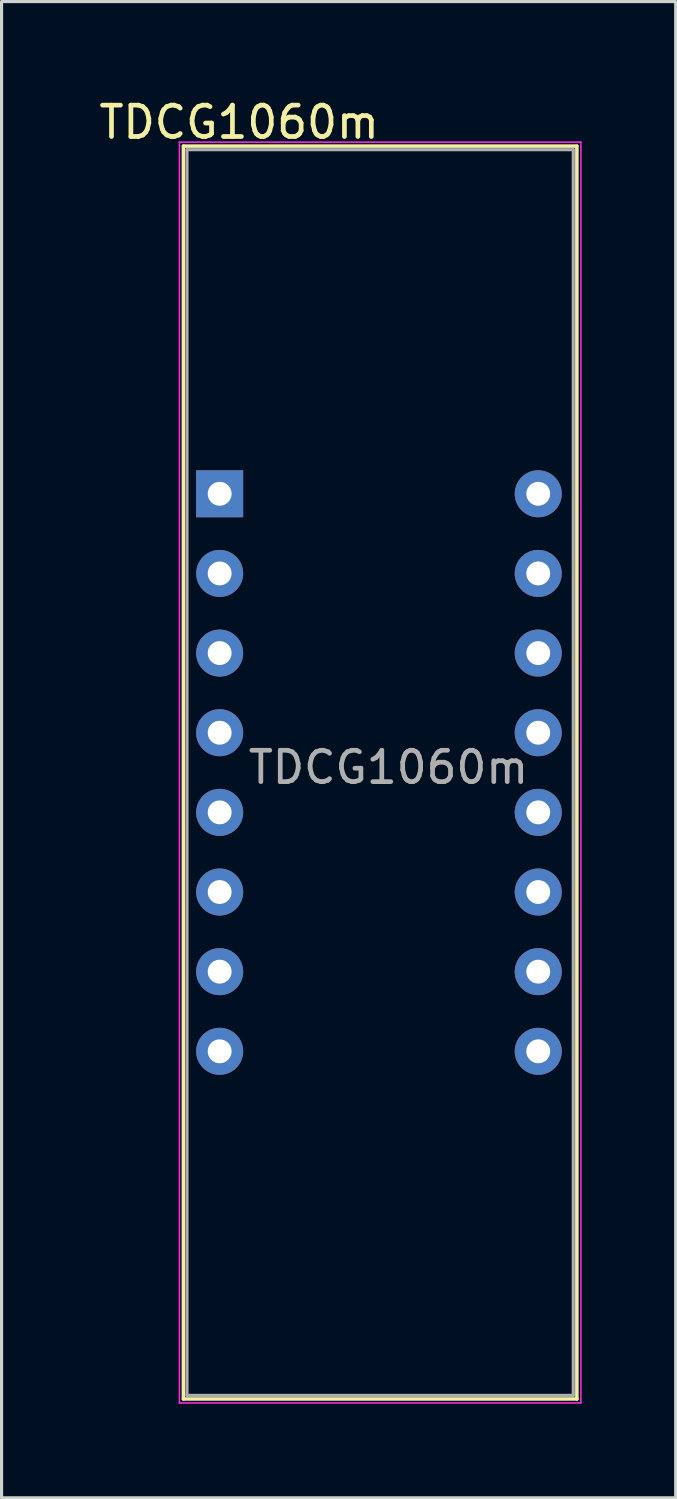
<source format=kicad_pcb>
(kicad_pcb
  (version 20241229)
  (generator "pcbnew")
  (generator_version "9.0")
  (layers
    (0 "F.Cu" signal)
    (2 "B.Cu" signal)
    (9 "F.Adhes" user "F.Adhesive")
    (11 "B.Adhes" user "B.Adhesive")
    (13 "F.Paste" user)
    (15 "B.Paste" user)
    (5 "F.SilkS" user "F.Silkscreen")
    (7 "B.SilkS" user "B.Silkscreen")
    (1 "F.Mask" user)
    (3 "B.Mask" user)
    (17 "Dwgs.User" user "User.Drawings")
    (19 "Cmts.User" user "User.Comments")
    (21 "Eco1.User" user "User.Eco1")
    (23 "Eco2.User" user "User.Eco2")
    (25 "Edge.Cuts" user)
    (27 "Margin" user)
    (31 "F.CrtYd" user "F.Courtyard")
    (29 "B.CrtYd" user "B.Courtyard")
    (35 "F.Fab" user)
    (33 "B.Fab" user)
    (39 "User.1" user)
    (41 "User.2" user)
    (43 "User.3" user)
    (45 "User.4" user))
  (footprint "TDCG1060m"
    (layer "F.Cu")
    (at 2.672 1.483)
    (property "Reference" "TDCG1060m" (at 1.905 -0.635 0) (layer "F.SilkS") (effects (font (size 1 1) (thickness 0.15))))
    (attr through_hole)
    (fp_line (start 0.127 0.127) (end 0.127 40.081) (stroke (width 0.113) (type solid)) (layer "F.SilkS"))
    (fp_line (start 0.127 40.081) (end 12.675 40.081) (stroke (width 0.113) (type solid)) (layer "F.SilkS"))
    (fp_line (start 12.675 0.127) (end 0.127 0.127) (stroke (width 0.113) (type solid)) (layer "F.SilkS"))
    (fp_line (start 12.675 40.081) (end 12.675 0.127) (stroke (width 0.113) (type solid)) (layer "F.SilkS"))
    (fp_line (start 0 0) (end 12.802 0) (stroke (width 0.05) (type solid)) (layer "F.CrtYd"))
    (fp_line (start 0 40.208) (end 0 0) (stroke (width 0.05) (type solid)) (layer "F.CrtYd"))
    (fp_line (start 12.802 0) (end 12.802 40.208) (stroke (width 0.05) (type solid)) (layer "F.CrtYd"))
    (fp_line (start 12.802 40.208) (end 0 40.208) (stroke (width 0.05) (type solid)) (layer "F.CrtYd"))
    (fp_line (start 0.241 0.241) (end 0.241 39.967) (stroke (width 0.1) (type solid)) (layer "F.Fab"))
    (fp_line (start 0.241 39.967) (end 12.56 39.967) (stroke (width 0.1) (type solid)) (layer "F.Fab"))
    (fp_line (start 12.56 0.241) (end 0.241 0.241) (stroke (width 0.1) (type solid)) (layer "F.Fab"))
    (fp_line (start 12.56 39.967) (end 12.56 0.241) (stroke (width 0.1) (type solid)) (layer "F.Fab"))
    (fp_text user "${REFERENCE}" (at 6.668 19.939 0) (layer "F.Fab") (effects (font (size 1 1) (thickness 0.15))))
    (pad "1" thru_hole rect (at 1.283 11.214) (size 1.5 1.5) (drill 0.762) (layers "*.Cu" "*.Mask"))
    (pad "2" thru_hole circle (at 1.283 13.754) (size 1.5 1.5) (drill 0.762) (layers "*.Cu" "*.Mask"))
    (pad "3" thru_hole circle (at 1.283 16.294) (size 1.5 1.5) (drill 0.762) (layers "*.Cu" "*.Mask"))
    (pad "4" thru_hole circle (at 1.283 18.834) (size 1.5 1.5) (drill 0.762) (layers "*.Cu" "*.Mask"))
    (pad "5" thru_hole circle (at 1.283 21.374) (size 1.5 1.5) (drill 0.762) (layers "*.Cu" "*.Mask"))
    (pad "6" thru_hole circle (at 1.283 23.914) (size 1.5 1.5) (drill 0.762) (layers "*.Cu" "*.Mask"))
    (pad "7" thru_hole circle (at 1.283 26.454) (size 1.5 1.5) (drill 0.762) (layers "*.Cu" "*.Mask"))
    (pad "8" thru_hole circle (at 1.283 28.994) (size 1.5 1.5) (drill 0.762) (layers "*.Cu" "*.Mask"))
    (pad "9" thru_hole circle (at 11.443 28.994) (size 1.5 1.5) (drill 0.762) (layers "*.Cu" "*.Mask"))
    (pad "10" thru_hole circle (at 11.443 26.454) (size 1.5 1.5) (drill 0.762) (layers "*.Cu" "*.Mask"))
    (pad "11" thru_hole circle (at 11.443 23.914) (size 1.5 1.5) (drill 0.762) (layers "*.Cu" "*.Mask"))
    (pad "12" thru_hole circle (at 11.443 21.374) (size 1.5 1.5) (drill 0.762) (layers "*.Cu" "*.Mask"))
    (pad "13" thru_hole circle (at 11.443 18.834) (size 1.5 1.5) (drill 0.762) (layers "*.Cu" "*.Mask"))
    (pad "14" thru_hole circle (at 11.443 16.294) (size 1.5 1.5) (drill 0.762) (layers "*.Cu" "*.Mask"))
    (pad "15" thru_hole circle (at 11.443 13.754) (size 1.5 1.5) (drill 0.762) (layers "*.Cu" "*.Mask"))
    (pad "16" thru_hole circle (at 11.443 11.214) (size 1.5 1.5) (drill 0.762) (layers "*.Cu" "*.Mask")))
  (gr_rect
    (start -3 -3)
    (end 18.499 44.716)
    (stroke (width 0.1) (type default))
    (fill no)
    (layer "Edge.Cuts")))
</source>
